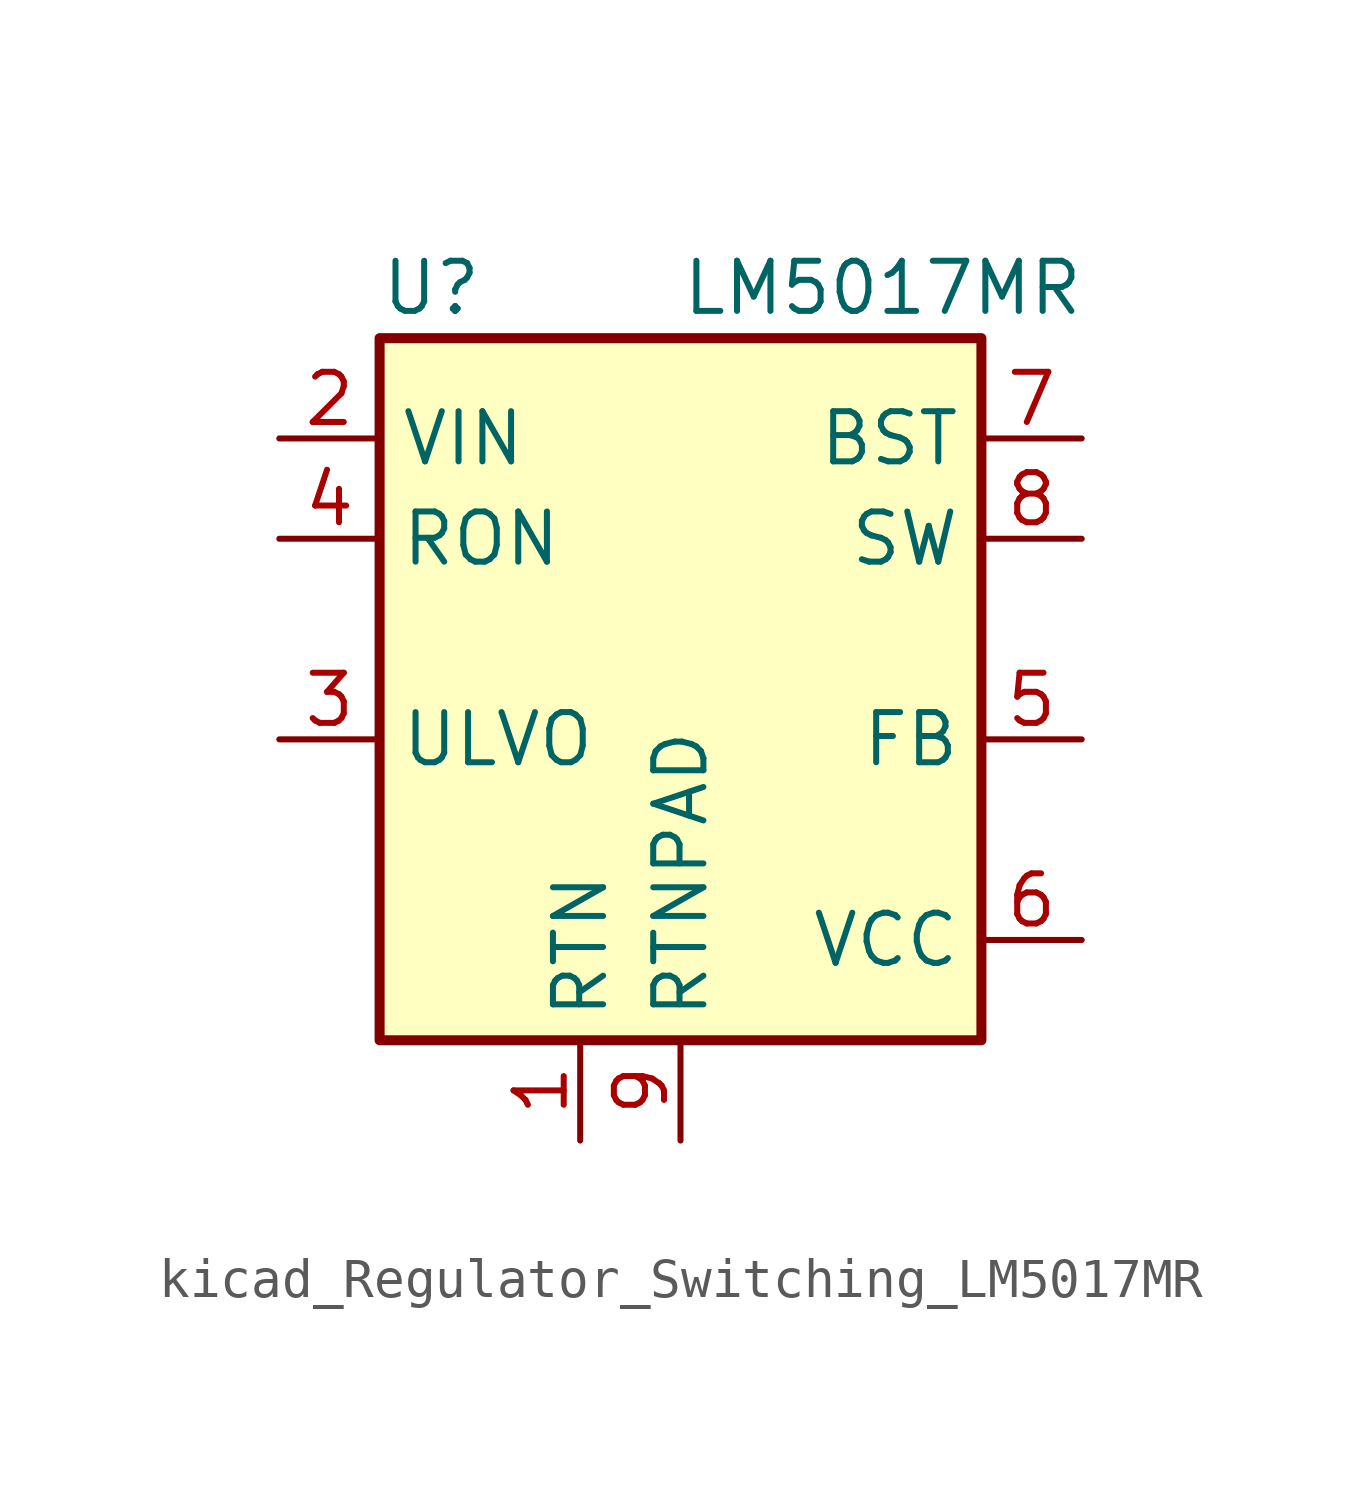
<source format=kicad_sym>
(kicad_symbol_lib
  (version 20220914)
  (generator kicad_symbol_editor)
  (symbol "kicad_Regulator_Switching_LM5017MR"
    (property "Reference" "U"
      (at -7.62 8.89 0)
      (effects (font (size 1.27 1.27)) (justify left)))
    (property "Value" "LM5017MR"
      (at 0 8.89 0)
      (effects (font (size 1.27 1.27)) (justify left)))
    (symbol "kicad_Regulator_Switching_LM5017MR_0_1"
      (rectangle (start -7.62 7.62) (end 7.62 -10.16) (stroke (width 0.254) (type default)) (fill (type background))))
    (symbol "kicad_Regulator_Switching_LM5017MR_1_1"
      (pin power_in line (at -2.54 -12.7 90) (length 2.54) (name "RTN" (effects (font (size 1.27 1.27)))) (number "1" (effects (font (size 1.27 1.27)))))
      (pin power_in line (at -10.16 5.08 0) (length 2.54) (name "VIN" (effects (font (size 1.27 1.27)))) (number "2" (effects (font (size 1.27 1.27)))))
      (pin input line (at -10.16 -2.54 0) (length 2.54) (name "ULVO" (effects (font (size 1.27 1.27)))) (number "3" (effects (font (size 1.27 1.27)))))
      (pin input line (at -10.16 2.54 0) (length 2.54) (name "RON" (effects (font (size 1.27 1.27)))) (number "4" (effects (font (size 1.27 1.27)))))
      (pin input line (at 10.16 -2.54 180) (length 2.54) (name "FB" (effects (font (size 1.27 1.27)))) (number "5" (effects (font (size 1.27 1.27)))))
      (pin output line (at 10.16 -7.62 180) (length 2.54) (name "VCC" (effects (font (size 1.27 1.27)))) (number "6" (effects (font (size 1.27 1.27)))))
      (pin input line (at 10.16 5.08 180) (length 2.54) (name "BST" (effects (font (size 1.27 1.27)))) (number "7" (effects (font (size 1.27 1.27)))))
      (pin output line (at 10.16 2.54 180) (length 2.54) (name "SW" (effects (font (size 1.27 1.27)))) (number "8" (effects (font (size 1.27 1.27)))))
      (pin power_in line (at 0 -12.7 90) (length 2.54) (name "RTNPAD" (effects (font (size 1.27 1.27)))) (number "9" (effects (font (size 1.27 1.27))))))))
</source>
